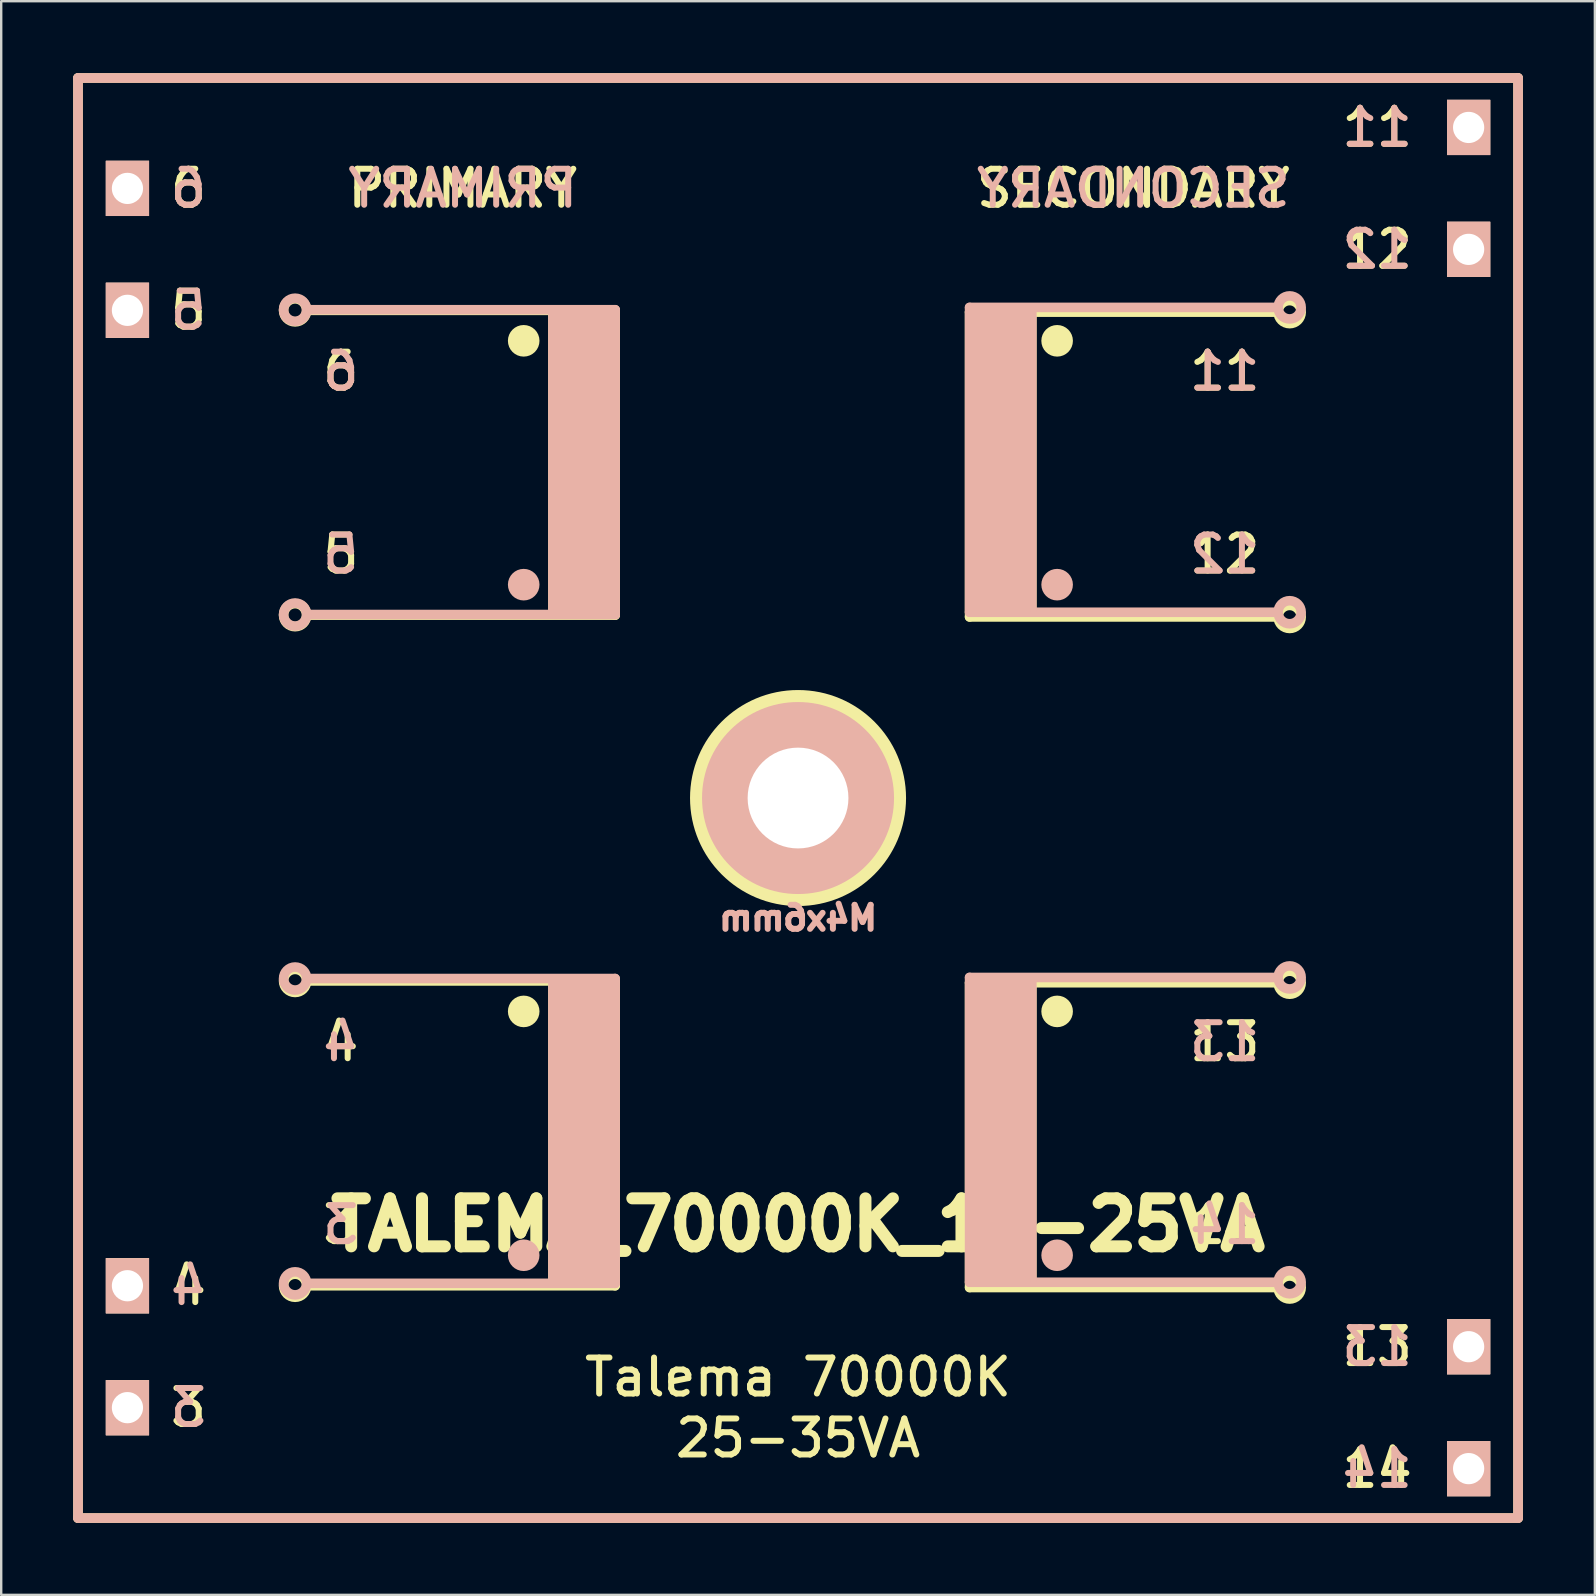
<source format=kicad_pcb>
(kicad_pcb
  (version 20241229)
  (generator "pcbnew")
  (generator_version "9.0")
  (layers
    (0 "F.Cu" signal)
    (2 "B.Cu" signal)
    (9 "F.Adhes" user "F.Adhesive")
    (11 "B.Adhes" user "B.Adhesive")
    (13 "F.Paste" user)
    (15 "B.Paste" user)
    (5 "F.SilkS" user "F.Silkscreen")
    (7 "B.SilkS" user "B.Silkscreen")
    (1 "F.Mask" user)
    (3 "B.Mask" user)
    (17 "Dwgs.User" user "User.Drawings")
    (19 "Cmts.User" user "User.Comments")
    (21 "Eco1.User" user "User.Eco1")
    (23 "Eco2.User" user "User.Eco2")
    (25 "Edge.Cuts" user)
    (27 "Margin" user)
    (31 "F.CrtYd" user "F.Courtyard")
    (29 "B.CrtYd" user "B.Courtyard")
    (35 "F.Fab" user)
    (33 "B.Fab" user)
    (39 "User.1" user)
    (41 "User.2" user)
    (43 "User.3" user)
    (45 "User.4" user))
  (footprint "TALEMA_70000K_15-25VA"
    (layer "F.Cu")
    (at 30.2 30.2)
    (property "Reference" "TALEMA_70000K_15-25VA" (at 0 17.78 0) (layer "F.SilkS") (effects (font (size 2 2) (thickness 0.5))))
    (attr through_hole)
    (fp_line (start -30 -30) (end 30 -30) (stroke (width 0.4) (type solid)) (layer "F.SilkS"))
    (fp_line (start -30 30) (end -30 -30) (stroke (width 0.4) (type solid)) (layer "F.SilkS"))
    (fp_line (start -20.32 -20.32) (end -7.62 -20.32) (stroke (width 0.4) (type solid)) (layer "F.SilkS"))
    (fp_line (start -20.32 7.62) (end -7.62 7.62) (stroke (width 0.4) (type solid)) (layer "F.SilkS"))
    (fp_line (start -11.43 -19.304) (end -11.43 -18.796) (stroke (width 0.4) (type solid)) (layer "F.SilkS"))
    (fp_line (start -11.43 8.636) (end -11.43 9.144) (stroke (width 0.4) (type solid)) (layer "F.SilkS"))
    (fp_line (start -10.287 -20.32) (end -10.287 -7.62) (stroke (width 0.25) (type solid)) (layer "F.SilkS"))
    (fp_line (start -10.287 7.62) (end -10.287 20.32) (stroke (width 0.25) (type solid)) (layer "F.SilkS"))
    (fp_line (start -9.525 -19.685) (end -9.525 -8.255) (stroke (width 1.57) (type solid)) (layer "F.SilkS"))
    (fp_line (start -9.525 8.255) (end -9.525 19.685) (stroke (width 1.57) (type solid)) (layer "F.SilkS"))
    (fp_line (start -8.255 -19.685) (end -8.255 -8.255) (stroke (width 1.57) (type solid)) (layer "F.SilkS"))
    (fp_line (start -8.255 8.255) (end -8.255 19.685) (stroke (width 1.57) (type solid)) (layer "F.SilkS"))
    (fp_line (start -7.62 -20.32) (end -7.62 -7.62) (stroke (width 0.4) (type solid)) (layer "F.SilkS"))
    (fp_line (start -7.62 -7.62) (end -20.32 -7.62) (stroke (width 0.4) (type solid)) (layer "F.SilkS"))
    (fp_line (start -7.62 7.62) (end -7.62 20.32) (stroke (width 0.4) (type solid)) (layer "F.SilkS"))
    (fp_line (start -7.62 20.32) (end -20.32 20.32) (stroke (width 0.4) (type solid)) (layer "F.SilkS"))
    (fp_line (start 7.148 -20.246) (end 19.848 -20.246) (stroke (width 0.4) (type solid)) (layer "F.SilkS"))
    (fp_line (start 7.148 -7.546) (end 7.148 -20.246) (stroke (width 0.4) (type solid)) (layer "F.SilkS"))
    (fp_line (start 7.148 7.694) (end 19.848 7.694) (stroke (width 0.4) (type solid)) (layer "F.SilkS"))
    (fp_line (start 7.148 20.394) (end 7.148 7.694) (stroke (width 0.4) (type solid)) (layer "F.SilkS"))
    (fp_line (start 7.783 -8.181) (end 7.783 -19.611) (stroke (width 1.57) (type solid)) (layer "F.SilkS"))
    (fp_line (start 7.783 19.759) (end 7.783 8.329) (stroke (width 1.57) (type solid)) (layer "F.SilkS"))
    (fp_line (start 9.053 -8.181) (end 9.053 -19.611) (stroke (width 1.57) (type solid)) (layer "F.SilkS"))
    (fp_line (start 9.053 19.759) (end 9.053 8.329) (stroke (width 1.57) (type solid)) (layer "F.SilkS"))
    (fp_line (start 9.815 -7.546) (end 9.815 -20.246) (stroke (width 0.25) (type solid)) (layer "F.SilkS"))
    (fp_line (start 9.815 20.394) (end 9.815 7.694) (stroke (width 0.25) (type solid)) (layer "F.SilkS"))
    (fp_line (start 10.795 -19.304) (end 10.795 -18.796) (stroke (width 0.4) (type solid)) (layer "F.SilkS"))
    (fp_line (start 10.795 8.636) (end 10.795 9.144) (stroke (width 0.4) (type solid)) (layer "F.SilkS"))
    (fp_line (start 19.848 -7.546) (end 7.148 -7.546) (stroke (width 0.4) (type solid)) (layer "F.SilkS"))
    (fp_line (start 19.848 20.394) (end 7.148 20.394) (stroke (width 0.4) (type solid)) (layer "F.SilkS"))
    (fp_line (start 30 -30) (end 30 30) (stroke (width 0.4) (type solid)) (layer "F.SilkS"))
    (fp_line (start 30 30) (end -30 30) (stroke (width 0.4) (type solid)) (layer "F.SilkS"))
    (fp_circle (center -20.955 -20.32) (end -20.935 -20.8) (stroke (width 0.4) (type solid)) (fill no) (layer "F.SilkS"))
    (fp_circle (center -20.955 -7.62) (end -20.935 -8.1) (stroke (width 0.4) (type solid)) (fill no) (layer "F.SilkS"))
    (fp_circle (center -20.955 7.62) (end -20.935 7.14) (stroke (width 0.4) (type solid)) (fill no) (layer "F.SilkS"))
    (fp_circle (center -20.955 20.32) (end -20.935 19.84) (stroke (width 0.4) (type solid)) (fill no) (layer "F.SilkS"))
    (fp_circle (center -11.43 -19.05) (end -11.176 -19.05) (stroke (width 0.3) (type solid)) (fill no) (layer "F.SilkS"))
    (fp_circle (center -11.43 -19.05) (end -10.922 -19.05) (stroke (width 0.3) (type solid)) (fill no) (layer "F.SilkS"))
    (fp_circle (center -11.43 8.89) (end -11.176 8.89) (stroke (width 0.3) (type solid)) (fill no) (layer "F.SilkS"))
    (fp_circle (center -11.43 8.89) (end -10.922 8.89) (stroke (width 0.3) (type solid)) (fill no) (layer "F.SilkS"))
    (fp_circle (center 0 0) (end 0 -4) (stroke (width 1) (type solid)) (fill no) (layer "F.SilkS"))
    (fp_circle (center 10.795 -19.05) (end 11.049 -19.05) (stroke (width 0.3) (type solid)) (fill no) (layer "F.SilkS"))
    (fp_circle (center 10.795 -19.05) (end 11.303 -19.05) (stroke (width 0.3) (type solid)) (fill no) (layer "F.SilkS"))
    (fp_circle (center 10.795 8.89) (end 11.049 8.89) (stroke (width 0.3) (type solid)) (fill no) (layer "F.SilkS"))
    (fp_circle (center 10.795 8.89) (end 11.303 8.89) (stroke (width 0.3) (type solid)) (fill no) (layer "F.SilkS"))
    (fp_circle (center 20.483 -20.246) (end 20.463 -19.766) (stroke (width 0.4) (type solid)) (fill no) (layer "F.SilkS"))
    (fp_circle (center 20.483 -7.546) (end 20.463 -7.066) (stroke (width 0.4) (type solid)) (fill no) (layer "F.SilkS"))
    (fp_circle (center 20.483 7.694) (end 20.463 8.174) (stroke (width 0.4) (type solid)) (fill no) (layer "F.SilkS"))
    (fp_circle (center 20.483 20.394) (end 20.463 20.874) (stroke (width 0.4) (type solid)) (fill no) (layer "F.SilkS"))
    (fp_line (start -30 -30) (end 30 -30) (stroke (width 0.4) (type solid)) (layer "B.SilkS"))
    (fp_line (start -30 30) (end -30 -30) (stroke (width 0.4) (type solid)) (layer "B.SilkS"))
    (fp_line (start -20.32 -7.645) (end -7.62 -7.645) (stroke (width 0.4) (type solid)) (layer "B.SilkS"))
    (fp_line (start -20.32 20.221) (end -7.62 20.221) (stroke (width 0.4) (type solid)) (layer "B.SilkS"))
    (fp_line (start -11.43 -8.636) (end -11.43 -9.144) (stroke (width 0.4) (type solid)) (layer "B.SilkS"))
    (fp_line (start -11.43 19.304) (end -11.43 18.796) (stroke (width 0.4) (type solid)) (layer "B.SilkS"))
    (fp_line (start -10.287 -7.645) (end -10.287 -20.345) (stroke (width 0.25) (type solid)) (layer "B.SilkS"))
    (fp_line (start -10.287 20.221) (end -10.287 7.521) (stroke (width 0.25) (type solid)) (layer "B.SilkS"))
    (fp_line (start -9.525 -8.28) (end -9.525 -19.71) (stroke (width 1.57) (type solid)) (layer "B.SilkS"))
    (fp_line (start -9.525 19.586) (end -9.525 8.156) (stroke (width 1.57) (type solid)) (layer "B.SilkS"))
    (fp_line (start -8.255 -8.28) (end -8.255 -19.71) (stroke (width 1.57) (type solid)) (layer "B.SilkS"))
    (fp_line (start -8.255 19.586) (end -8.255 8.156) (stroke (width 1.57) (type solid)) (layer "B.SilkS"))
    (fp_line (start -7.62 -20.345) (end -20.32 -20.345) (stroke (width 0.4) (type solid)) (layer "B.SilkS"))
    (fp_line (start -7.62 -7.645) (end -7.62 -20.345) (stroke (width 0.4) (type solid)) (layer "B.SilkS"))
    (fp_line (start -7.62 7.521) (end -20.32 7.521) (stroke (width 0.4) (type solid)) (layer "B.SilkS"))
    (fp_line (start -7.62 20.221) (end -7.62 7.521) (stroke (width 0.4) (type solid)) (layer "B.SilkS"))
    (fp_line (start 7.148 -20.441) (end 7.148 -7.741) (stroke (width 0.4) (type solid)) (layer "B.SilkS"))
    (fp_line (start 7.148 -7.741) (end 19.848 -7.741) (stroke (width 0.4) (type solid)) (layer "B.SilkS"))
    (fp_line (start 7.148 7.475) (end 7.148 20.175) (stroke (width 0.4) (type solid)) (layer "B.SilkS"))
    (fp_line (start 7.148 20.175) (end 19.848 20.175) (stroke (width 0.4) (type solid)) (layer "B.SilkS"))
    (fp_line (start 7.783 -19.806) (end 7.783 -8.376) (stroke (width 1.57) (type solid)) (layer "B.SilkS"))
    (fp_line (start 7.783 8.11) (end 7.783 19.54) (stroke (width 1.57) (type solid)) (layer "B.SilkS"))
    (fp_line (start 9.053 -19.806) (end 9.053 -8.376) (stroke (width 1.57) (type solid)) (layer "B.SilkS"))
    (fp_line (start 9.053 8.11) (end 9.053 19.54) (stroke (width 1.57) (type solid)) (layer "B.SilkS"))
    (fp_line (start 9.815 -20.441) (end 9.815 -7.741) (stroke (width 0.25) (type solid)) (layer "B.SilkS"))
    (fp_line (start 9.815 7.475) (end 9.815 20.175) (stroke (width 0.25) (type solid)) (layer "B.SilkS"))
    (fp_line (start 10.795 -8.636) (end 10.795 -9.144) (stroke (width 0.4) (type solid)) (layer "B.SilkS"))
    (fp_line (start 10.795 19.304) (end 10.795 18.796) (stroke (width 0.4) (type solid)) (layer "B.SilkS"))
    (fp_line (start 19.848 -20.441) (end 7.148 -20.441) (stroke (width 0.4) (type solid)) (layer "B.SilkS"))
    (fp_line (start 19.848 7.475) (end 7.148 7.475) (stroke (width 0.4) (type solid)) (layer "B.SilkS"))
    (fp_line (start 30 30) (end -30 30) (stroke (width 0.4) (type solid)) (layer "B.SilkS"))
    (fp_line (start 30 30) (end 30 -30) (stroke (width 0.4) (type solid)) (layer "B.SilkS"))
    (fp_circle (center -20.955 -20.345) (end -20.935 -19.865) (stroke (width 0.4) (type solid)) (fill no) (layer "B.SilkS"))
    (fp_circle (center -20.955 -7.645) (end -20.935 -7.165) (stroke (width 0.4) (type solid)) (fill no) (layer "B.SilkS"))
    (fp_circle (center -20.955 7.521) (end -20.935 8.001) (stroke (width 0.4) (type solid)) (fill no) (layer "B.SilkS"))
    (fp_circle (center -20.955 20.221) (end -20.935 20.701) (stroke (width 0.4) (type solid)) (fill no) (layer "B.SilkS"))
    (fp_circle (center -11.43 -8.89) (end -11.176 -8.89) (stroke (width 0.3) (type solid)) (fill no) (layer "B.SilkS"))
    (fp_circle (center -11.43 -8.89) (end -10.922 -8.89) (stroke (width 0.3) (type solid)) (fill no) (layer "B.SilkS"))
    (fp_circle (center -11.43 19.05) (end -11.176 19.05) (stroke (width 0.3) (type solid)) (fill no) (layer "B.SilkS"))
    (fp_circle (center -11.43 19.05) (end -10.922 19.05) (stroke (width 0.3) (type solid)) (fill no) (layer "B.SilkS"))
    (fp_circle (center 10.795 -8.89) (end 11.049 -8.89) (stroke (width 0.3) (type solid)) (fill no) (layer "B.SilkS"))
    (fp_circle (center 10.795 -8.89) (end 11.303 -8.89) (stroke (width 0.3) (type solid)) (fill no) (layer "B.SilkS"))
    (fp_circle (center 10.795 19.05) (end 11.049 19.05) (stroke (width 0.3) (type solid)) (fill no) (layer "B.SilkS"))
    (fp_circle (center 10.795 19.05) (end 11.303 19.05) (stroke (width 0.3) (type solid)) (fill no) (layer "B.SilkS"))
    (fp_circle (center 20.483 -20.441) (end 20.463 -20.921) (stroke (width 0.4) (type solid)) (fill no) (layer "B.SilkS"))
    (fp_circle (center 20.483 -7.741) (end 20.463 -8.221) (stroke (width 0.4) (type solid)) (fill no) (layer "B.SilkS"))
    (fp_circle (center 20.483 7.475) (end 20.463 6.995) (stroke (width 0.4) (type solid)) (fill no) (layer "B.SilkS"))
    (fp_circle (center 20.483 20.175) (end 20.463 19.695) (stroke (width 0.4) (type solid)) (fill no) (layer "B.SilkS"))
    (fp_text user "Talema 70000K" (at 0 24.13 0) (layer "F.SilkS") (effects (font (size 1.5 1.5) (thickness 0.25))))
    (fp_text user "5" (at -19.05 -10.16 0) (layer "F.SilkS") (effects (font (size 1.5 1.5) (thickness 0.25))))
    (fp_text user "12" (at 24.13 -22.86 0) (layer "F.SilkS") (effects (font (size 1.5 1.5) (thickness 0.25))))
    (fp_text user "5" (at -25.4 -20.32 0) (layer "F.SilkS") (effects (font (size 1.5 1.5) (thickness 0.25))))
    (fp_text user "11" (at 24.13 -27.94 0) (layer "F.SilkS") (effects (font (size 1.5 1.5) (thickness 0.25))))
    (fp_text user "13" (at 24.13 22.86 0) (layer "F.SilkS") (effects (font (size 1.5 1.5) (thickness 0.25))))
    (fp_text user "PRIMARY" (at -13.97 -25.4 0) (layer "F.SilkS") (effects (font (size 1.5 1.5) (thickness 0.25))))
    (fp_text user "6" (at -19.05 -17.78 0) (layer "F.SilkS") (effects (font (size 1.5 1.5) (thickness 0.25))))
    (fp_text user "13" (at 17.78 10.16 0) (layer "F.SilkS") (effects (font (size 1.5 1.5) (thickness 0.25))))
    (fp_text user "25-35VA" (at 0 26.67 0) (layer "F.SilkS") (effects (font (size 1.5 1.5) (thickness 0.25))))
    (fp_text user "14" (at 17.78 17.78 0) (layer "F.SilkS") (effects (font (size 1.5 1.5) (thickness 0.25))))
    (fp_text user "SECONDARY" (at 13.97 -25.4 0) (layer "F.SilkS") (effects (font (size 1.5 1.5) (thickness 0.25))))
    (fp_text user "14" (at 24.13 27.94 0) (layer "F.SilkS") (effects (font (size 1.5 1.5) (thickness 0.25))))
    (fp_text user "6" (at -25.4 -25.4 0) (layer "F.SilkS") (effects (font (size 1.5 1.5) (thickness 0.25))))
    (fp_text user "4" (at -25.4 20.32 0) (layer "F.SilkS") (effects (font (size 1.5 1.5) (thickness 0.25))))
    (fp_text user "12" (at 17.78 -10.16 0) (layer "F.SilkS") (effects (font (size 1.5 1.5) (thickness 0.25))))
    (fp_text user "3" (at -25.4 25.4 0) (layer "F.SilkS") (effects (font (size 1.5 1.5) (thickness 0.25))))
    (fp_text user "4" (at -19.05 10.16 0) (layer "F.SilkS") (effects (font (size 1.5 1.5) (thickness 0.25))))
    (fp_text user "3" (at -19.05 17.78 0) (layer "F.SilkS") (effects (font (size 1.5 1.5) (thickness 0.25))))
    (fp_text user "11" (at 17.78 -17.78 0) (layer "F.SilkS") (effects (font (size 1.5 1.5) (thickness 0.25))))
    (fp_text user "14" (at 24.13 27.94 0) (layer "B.SilkS") (effects (font (size 1.5 1.5) (thickness 0.25)) (justify mirror)))
    (fp_text user "M4x6mm" (at 0 5 0) (layer "B.SilkS") (effects (font (size 1 1) (thickness 0.25)) (justify mirror)))
    (fp_text user "6" (at -19.05 -17.78 0) (layer "B.SilkS") (effects (font (size 1.5 1.5) (thickness 0.25)) (justify mirror)))
    (fp_text user "12" (at 24.13 -22.86 0) (layer "B.SilkS") (effects (font (size 1.5 1.5) (thickness 0.25)) (justify mirror)))
    (fp_text user "3" (at -25.4 25.4 0) (layer "B.SilkS") (effects (font (size 1.5 1.5) (thickness 0.25)) (justify mirror)))
    (fp_text user "4" (at -25.4 20.32 0) (layer "B.SilkS") (effects (font (size 1.5 1.5) (thickness 0.25)) (justify mirror)))
    (fp_text user "PRIMARY" (at -13.97 -25.4 0) (layer "B.SilkS") (effects (font (size 1.5 1.5) (thickness 0.25)) (justify mirror)))
    (fp_text user "3" (at -19.05 17.78 0) (layer "B.SilkS") (effects (font (size 1.5 1.5) (thickness 0.25)) (justify mirror)))
    (fp_text user "4" (at -19.05 10.16 0) (layer "B.SilkS") (effects (font (size 1.5 1.5) (thickness 0.25)) (justify mirror)))
    (fp_text user "5" (at -25.4 -20.32 0) (layer "B.SilkS") (effects (font (size 1.5 1.5) (thickness 0.25)) (justify mirror)))
    (fp_text user "12" (at 17.78 -10.16 0) (layer "B.SilkS") (effects (font (size 1.5 1.5) (thickness 0.25)) (justify mirror)))
    (fp_text user "13" (at 24.13 22.86 0) (layer "B.SilkS") (effects (font (size 1.5 1.5) (thickness 0.25)) (justify mirror)))
    (fp_text user "SECONDARY" (at 13.97 -25.4 0) (layer "B.SilkS") (effects (font (size 1.5 1.5) (thickness 0.25)) (justify mirror)))
    (fp_text user "5" (at -19.05 -10.16 0) (layer "B.SilkS") (effects (font (size 1.5 1.5) (thickness 0.25)) (justify mirror)))
    (fp_text user "11" (at 24.13 -27.94 0) (layer "B.SilkS") (effects (font (size 1.5 1.5) (thickness 0.25)) (justify mirror)))
    (fp_text user "11" (at 17.78 -17.78 0) (layer "B.SilkS") (effects (font (size 1.5 1.5) (thickness 0.25)) (justify mirror)))
    (fp_text user "14" (at 17.78 17.78 0) (layer "B.SilkS") (effects (font (size 1.5 1.5) (thickness 0.25)) (justify mirror)))
    (fp_text user "13" (at 17.78 10.16 0) (layer "B.SilkS") (effects (font (size 1.5 1.5) (thickness 0.25)) (justify mirror)))
    (fp_text user "6" (at -25.4 -25.4 0) (layer "B.SilkS") (effects (font (size 1.5 1.5) (thickness 0.25)) (justify mirror)))
    (pad "1" thru_hole circle (at 0 0) (size 8 8) (drill 4.2) (layers "B.Cu" "B.Mask" "B.SilkS"))
    (pad "3" thru_hole rect (at -27.94 25.4) (size 1.8 2.3) (drill 1.3) (layers "*.Cu" "*.SilkS" "*.Mask"))
    (pad "4" thru_hole rect (at -27.94 20.32) (size 1.8 2.3) (drill 1.3) (layers "*.Cu" "*.SilkS" "*.Mask"))
    (pad "5" thru_hole rect (at -27.94 -20.32) (size 1.8 2.3) (drill 1.3) (layers "*.Cu" "*.SilkS" "*.Mask"))
    (pad "6" thru_hole rect (at -27.94 -25.4) (size 1.8 2.3) (drill 1.3) (layers "*.Cu" "*.SilkS" "*.Mask"))
    (pad "11" thru_hole rect (at 27.94 -27.94) (size 1.8 2.3) (drill 1.3) (layers "*.Cu" "*.SilkS" "*.Mask"))
    (pad "12" thru_hole rect (at 27.94 -22.86) (size 1.8 2.3) (drill 1.3) (layers "*.Cu" "*.SilkS" "*.Mask"))
    (pad "13" thru_hole rect (at 27.94 22.86) (size 1.8 2.3) (drill 1.3) (layers "*.Cu" "*.SilkS" "*.Mask"))
    (pad "14" thru_hole rect (at 27.94 27.94) (size 1.8 2.3) (drill 1.3) (layers "*.Cu" "*.SilkS" "*.Mask")))
  (gr_rect
    (start -3 -3)
    (end 63.4 63.4)
    (stroke (width 0.1) (type default))
    (fill no)
    (layer "Edge.Cuts")))
</source>
